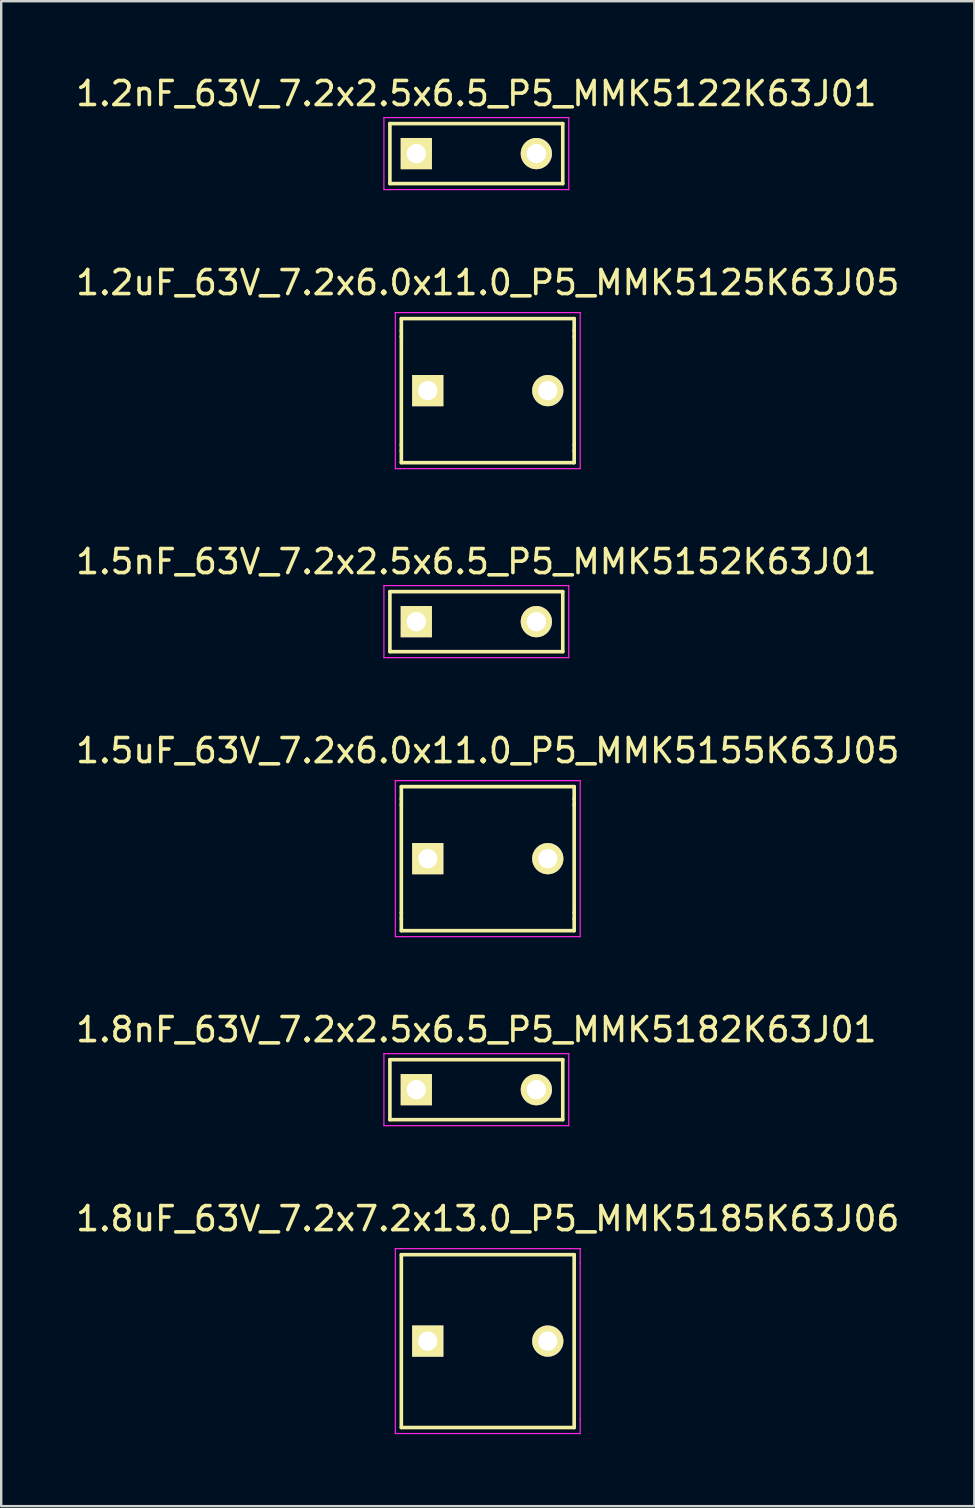
<source format=kicad_pcb>
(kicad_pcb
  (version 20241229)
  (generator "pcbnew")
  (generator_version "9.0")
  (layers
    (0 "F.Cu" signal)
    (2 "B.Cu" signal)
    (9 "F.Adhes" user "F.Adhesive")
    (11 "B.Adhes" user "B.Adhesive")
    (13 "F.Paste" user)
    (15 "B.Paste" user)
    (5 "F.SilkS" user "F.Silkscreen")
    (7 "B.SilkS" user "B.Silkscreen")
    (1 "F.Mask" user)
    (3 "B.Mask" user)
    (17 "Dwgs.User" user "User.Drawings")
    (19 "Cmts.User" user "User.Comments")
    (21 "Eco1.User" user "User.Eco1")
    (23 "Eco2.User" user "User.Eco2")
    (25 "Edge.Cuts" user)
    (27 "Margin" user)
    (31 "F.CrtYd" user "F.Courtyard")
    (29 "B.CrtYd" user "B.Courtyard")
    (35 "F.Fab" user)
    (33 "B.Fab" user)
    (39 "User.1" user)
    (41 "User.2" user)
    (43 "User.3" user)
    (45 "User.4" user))
  (footprint "1.2uF_63V_7.2x6.0x11.0_P5_MMK5125K63J05"
    (layer "F.Cu")
    (at 14.768 13.222)
    (property "Reference" "1.2uF_63V_7.2x6.0x11.0_P5_MMK5125K63J05" (at 2.5 -4.5 0) (layer "F.SilkS") (effects (font (size 1 1) (thickness 0.15))))
    (attr through_hole)
    (fp_line (start -1.1 -3) (end 6.1 -3) (stroke (width 0.15) (type solid)) (layer "F.SilkS"))
    (fp_line (start -1.1 -2.5) (end -1.1 -3) (stroke (width 0.15) (type solid)) (layer "F.SilkS"))
    (fp_line (start -1.1 -2.5) (end -1.1 -2.25) (stroke (width 0.15) (type solid)) (layer "F.SilkS"))
    (fp_line (start -1.1 2.25) (end -1.1 -2.25) (stroke (width 0.15) (type solid)) (layer "F.SilkS"))
    (fp_line (start -1.1 2.25) (end -1.1 2.5) (stroke (width 0.15) (type solid)) (layer "F.SilkS"))
    (fp_line (start -1.1 2.5) (end -1.1 3) (stroke (width 0.15) (type solid)) (layer "F.SilkS"))
    (fp_line (start 6.1 -3) (end 6.1 -2.5) (stroke (width 0.15) (type solid)) (layer "F.SilkS"))
    (fp_line (start 6.1 -2.25) (end 6.1 -2.5) (stroke (width 0.15) (type solid)) (layer "F.SilkS"))
    (fp_line (start 6.1 -2.25) (end 6.1 2.25) (stroke (width 0.15) (type solid)) (layer "F.SilkS"))
    (fp_line (start 6.1 2.25) (end 6.1 2.5) (stroke (width 0.15) (type solid)) (layer "F.SilkS"))
    (fp_line (start 6.1 3) (end -1.1 3) (stroke (width 0.15) (type solid)) (layer "F.SilkS"))
    (fp_line (start 6.1 3) (end 6.1 2.5) (stroke (width 0.15) (type solid)) (layer "F.SilkS"))
    (fp_line (start -1.35 3.25) (end -1.35 -3.25) (stroke (width 0.05) (type solid)) (layer "F.CrtYd"))
    (fp_line (start -1.15 -3.25) (end -1.35 -3.25) (stroke (width 0.05) (type solid)) (layer "F.CrtYd"))
    (fp_line (start -1.15 -3.25) (end 6.35 -3.25) (stroke (width 0.05) (type solid)) (layer "F.CrtYd"))
    (fp_line (start -1.15 3.25) (end -1.35 3.25) (stroke (width 0.05) (type solid)) (layer "F.CrtYd"))
    (fp_line (start 6.35 -3.25) (end 6.35 3.25) (stroke (width 0.05) (type solid)) (layer "F.CrtYd"))
    (fp_line (start 6.35 3.25) (end -1.15 3.25) (stroke (width 0.05) (type solid)) (layer "F.CrtYd"))
    (pad "1" thru_hole rect (at 0 0) (size 1.3 1.3) (drill 0.8) (layers "*.Cu" "*.Mask" "F.SilkS"))
    (pad "2" thru_hole circle (at 5 0) (size 1.3 1.3) (drill 0.8) (layers "*.Cu" "*.Mask" "F.SilkS")))
  (footprint "1.8nF_63V_7.2x2.5x6.5_P5_MMK5182K63J01"
    (layer "F.Cu")
    (at 14.292 42.341)
    (property "Reference" "1.8nF_63V_7.2x2.5x6.5_P5_MMK5182K63J01" (at 2.5 -2.5 0) (layer "F.SilkS") (effects (font (size 1 1) (thickness 0.15))))
    (attr through_hole)
    (fp_line (start -1.1 -1.25) (end 6.1 -1.25) (stroke (width 0.15) (type solid)) (layer "F.SilkS"))
    (fp_line (start -1.1 1.25) (end -1.1 -1.25) (stroke (width 0.15) (type solid)) (layer "F.SilkS"))
    (fp_line (start 6.1 -1.25) (end 6.1 1.25) (stroke (width 0.15) (type solid)) (layer "F.SilkS"))
    (fp_line (start 6.1 1.25) (end -1.1 1.25) (stroke (width 0.15) (type solid)) (layer "F.SilkS"))
    (fp_line (start -1.35 1.5) (end -1.35 -1.5) (stroke (width 0.05) (type solid)) (layer "F.CrtYd"))
    (fp_line (start -1.15 -1.5) (end -1.35 -1.5) (stroke (width 0.05) (type solid)) (layer "F.CrtYd"))
    (fp_line (start -1.15 -1.5) (end 6.35 -1.5) (stroke (width 0.05) (type solid)) (layer "F.CrtYd"))
    (fp_line (start -1.15 1.5) (end -1.35 1.5) (stroke (width 0.05) (type solid)) (layer "F.CrtYd"))
    (fp_line (start 6.35 -1.5) (end 6.35 1.5) (stroke (width 0.05) (type solid)) (layer "F.CrtYd"))
    (fp_line (start 6.35 1.5) (end -1.15 1.5) (stroke (width 0.05) (type solid)) (layer "F.CrtYd"))
    (pad "1" thru_hole rect (at 0 0) (size 1.3 1.3) (drill 0.8) (layers "*.Cu" "*.Mask" "F.SilkS"))
    (pad "2" thru_hole circle (at 5 0) (size 1.3 1.3) (drill 0.8) (layers "*.Cu" "*.Mask" "F.SilkS")))
  (footprint "1.5nF_63V_7.2x2.5x6.5_P5_MMK5152K63J01"
    (layer "F.Cu")
    (at 14.292 22.845)
    (property "Reference" "1.5nF_63V_7.2x2.5x6.5_P5_MMK5152K63J01" (at 2.5 -2.5 0) (layer "F.SilkS") (effects (font (size 1 1) (thickness 0.15))))
    (attr through_hole)
    (fp_line (start -1.1 -1.25) (end 6.1 -1.25) (stroke (width 0.15) (type solid)) (layer "F.SilkS"))
    (fp_line (start -1.1 1.25) (end -1.1 -1.25) (stroke (width 0.15) (type solid)) (layer "F.SilkS"))
    (fp_line (start 6.1 -1.25) (end 6.1 1.25) (stroke (width 0.15) (type solid)) (layer "F.SilkS"))
    (fp_line (start 6.1 1.25) (end -1.1 1.25) (stroke (width 0.15) (type solid)) (layer "F.SilkS"))
    (fp_line (start -1.35 1.5) (end -1.35 -1.5) (stroke (width 0.05) (type solid)) (layer "F.CrtYd"))
    (fp_line (start -1.15 -1.5) (end -1.35 -1.5) (stroke (width 0.05) (type solid)) (layer "F.CrtYd"))
    (fp_line (start -1.15 -1.5) (end 6.35 -1.5) (stroke (width 0.05) (type solid)) (layer "F.CrtYd"))
    (fp_line (start -1.15 1.5) (end -1.35 1.5) (stroke (width 0.05) (type solid)) (layer "F.CrtYd"))
    (fp_line (start 6.35 -1.5) (end 6.35 1.5) (stroke (width 0.05) (type solid)) (layer "F.CrtYd"))
    (fp_line (start 6.35 1.5) (end -1.15 1.5) (stroke (width 0.05) (type solid)) (layer "F.CrtYd"))
    (pad "1" thru_hole rect (at 0 0) (size 1.3 1.3) (drill 0.8) (layers "*.Cu" "*.Mask" "F.SilkS"))
    (pad "2" thru_hole circle (at 5 0) (size 1.3 1.3) (drill 0.8) (layers "*.Cu" "*.Mask" "F.SilkS")))
  (footprint "1.2nF_63V_7.2x2.5x6.5_P5_MMK5122K63J01"
    (layer "F.Cu")
    (at 14.292 3.348)
    (property "Reference" "1.2nF_63V_7.2x2.5x6.5_P5_MMK5122K63J01" (at 2.5 -2.5 0) (layer "F.SilkS") (effects (font (size 1 1) (thickness 0.15))))
    (attr through_hole)
    (fp_line (start -1.1 -1.25) (end 6.1 -1.25) (stroke (width 0.15) (type solid)) (layer "F.SilkS"))
    (fp_line (start -1.1 1.25) (end -1.1 -1.25) (stroke (width 0.15) (type solid)) (layer "F.SilkS"))
    (fp_line (start 6.1 -1.25) (end 6.1 1.25) (stroke (width 0.15) (type solid)) (layer "F.SilkS"))
    (fp_line (start 6.1 1.25) (end -1.1 1.25) (stroke (width 0.15) (type solid)) (layer "F.SilkS"))
    (fp_line (start -1.35 1.5) (end -1.35 -1.5) (stroke (width 0.05) (type solid)) (layer "F.CrtYd"))
    (fp_line (start -1.15 -1.5) (end -1.35 -1.5) (stroke (width 0.05) (type solid)) (layer "F.CrtYd"))
    (fp_line (start -1.15 -1.5) (end 6.35 -1.5) (stroke (width 0.05) (type solid)) (layer "F.CrtYd"))
    (fp_line (start -1.15 1.5) (end -1.35 1.5) (stroke (width 0.05) (type solid)) (layer "F.CrtYd"))
    (fp_line (start 6.35 -1.5) (end 6.35 1.5) (stroke (width 0.05) (type solid)) (layer "F.CrtYd"))
    (fp_line (start 6.35 1.5) (end -1.15 1.5) (stroke (width 0.05) (type solid)) (layer "F.CrtYd"))
    (pad "1" thru_hole rect (at 0 0) (size 1.3 1.3) (drill 0.8) (layers "*.Cu" "*.Mask" "F.SilkS"))
    (pad "2" thru_hole circle (at 5 0) (size 1.3 1.3) (drill 0.8) (layers "*.Cu" "*.Mask" "F.SilkS")))
  (footprint "1.5uF_63V_7.2x6.0x11.0_P5_MMK5155K63J05"
    (layer "F.Cu")
    (at 14.768 32.718)
    (property "Reference" "1.5uF_63V_7.2x6.0x11.0_P5_MMK5155K63J05" (at 2.5 -4.5 0) (layer "F.SilkS") (effects (font (size 1 1) (thickness 0.15))))
    (attr through_hole)
    (fp_line (start -1.1 -3) (end 6.1 -3) (stroke (width 0.15) (type solid)) (layer "F.SilkS"))
    (fp_line (start -1.1 -2.5) (end -1.1 -3) (stroke (width 0.15) (type solid)) (layer "F.SilkS"))
    (fp_line (start -1.1 -2.5) (end -1.1 -2.25) (stroke (width 0.15) (type solid)) (layer "F.SilkS"))
    (fp_line (start -1.1 2.25) (end -1.1 -2.25) (stroke (width 0.15) (type solid)) (layer "F.SilkS"))
    (fp_line (start -1.1 2.25) (end -1.1 2.5) (stroke (width 0.15) (type solid)) (layer "F.SilkS"))
    (fp_line (start -1.1 2.5) (end -1.1 3) (stroke (width 0.15) (type solid)) (layer "F.SilkS"))
    (fp_line (start 6.1 -3) (end 6.1 -2.5) (stroke (width 0.15) (type solid)) (layer "F.SilkS"))
    (fp_line (start 6.1 -2.25) (end 6.1 -2.5) (stroke (width 0.15) (type solid)) (layer "F.SilkS"))
    (fp_line (start 6.1 -2.25) (end 6.1 2.25) (stroke (width 0.15) (type solid)) (layer "F.SilkS"))
    (fp_line (start 6.1 2.25) (end 6.1 2.5) (stroke (width 0.15) (type solid)) (layer "F.SilkS"))
    (fp_line (start 6.1 3) (end -1.1 3) (stroke (width 0.15) (type solid)) (layer "F.SilkS"))
    (fp_line (start 6.1 3) (end 6.1 2.5) (stroke (width 0.15) (type solid)) (layer "F.SilkS"))
    (fp_line (start -1.35 3.25) (end -1.35 -3.25) (stroke (width 0.05) (type solid)) (layer "F.CrtYd"))
    (fp_line (start -1.15 -3.25) (end -1.35 -3.25) (stroke (width 0.05) (type solid)) (layer "F.CrtYd"))
    (fp_line (start -1.15 -3.25) (end 6.35 -3.25) (stroke (width 0.05) (type solid)) (layer "F.CrtYd"))
    (fp_line (start -1.15 3.25) (end -1.35 3.25) (stroke (width 0.05) (type solid)) (layer "F.CrtYd"))
    (fp_line (start 6.35 -3.25) (end 6.35 3.25) (stroke (width 0.05) (type solid)) (layer "F.CrtYd"))
    (fp_line (start 6.35 3.25) (end -1.15 3.25) (stroke (width 0.05) (type solid)) (layer "F.CrtYd"))
    (pad "1" thru_hole rect (at 0 0) (size 1.3 1.3) (drill 0.8) (layers "*.Cu" "*.Mask" "F.SilkS"))
    (pad "2" thru_hole circle (at 5 0) (size 1.3 1.3) (drill 0.8) (layers "*.Cu" "*.Mask" "F.SilkS")))
  (footprint "1.8uF_63V_7.2x7.2x13.0_P5_MMK5185K63J06"
    (layer "F.Cu")
    (at 14.768 52.815)
    (property "Reference" "1.8uF_63V_7.2x7.2x13.0_P5_MMK5185K63J06" (at 2.5 -5.1 0) (layer "F.SilkS") (effects (font (size 1 1) (thickness 0.15))))
    (attr through_hole)
    (fp_line (start -1.1 -3.6) (end -1.1 3.6) (stroke (width 0.15) (type solid)) (layer "F.SilkS"))
    (fp_line (start -1.1 -3.6) (end 6.1 -3.6) (stroke (width 0.15) (type solid)) (layer "F.SilkS"))
    (fp_line (start 6.1 -3.6) (end 6.1 3.6) (stroke (width 0.15) (type solid)) (layer "F.SilkS"))
    (fp_line (start 6.1 3.6) (end -1.1 3.6) (stroke (width 0.15) (type solid)) (layer "F.SilkS"))
    (fp_line (start -1.35 -3.25) (end -1.35 -3.85) (stroke (width 0.05) (type solid)) (layer "F.CrtYd"))
    (fp_line (start -1.35 3.25) (end -1.35 -3.25) (stroke (width 0.05) (type solid)) (layer "F.CrtYd"))
    (fp_line (start -1.35 3.25) (end -1.35 3.85) (stroke (width 0.05) (type solid)) (layer "F.CrtYd"))
    (fp_line (start -1.15 -3.85) (end -1.35 -3.85) (stroke (width 0.05) (type solid)) (layer "F.CrtYd"))
    (fp_line (start -1.15 -3.85) (end 6.35 -3.85) (stroke (width 0.05) (type solid)) (layer "F.CrtYd"))
    (fp_line (start -1.15 3.85) (end -1.35 3.85) (stroke (width 0.05) (type solid)) (layer "F.CrtYd"))
    (fp_line (start 6.35 -3.85) (end 6.35 -3.25) (stroke (width 0.05) (type solid)) (layer "F.CrtYd"))
    (fp_line (start 6.35 -3.25) (end 6.35 3.25) (stroke (width 0.05) (type solid)) (layer "F.CrtYd"))
    (fp_line (start 6.35 3.25) (end 6.35 3.85) (stroke (width 0.05) (type solid)) (layer "F.CrtYd"))
    (fp_line (start 6.35 3.85) (end -1.15 3.85) (stroke (width 0.05) (type solid)) (layer "F.CrtYd"))
    (pad "1" thru_hole rect (at 0 0) (size 1.3 1.3) (drill 0.8) (layers "*.Cu" "*.Mask" "F.SilkS"))
    (pad "2" thru_hole circle (at 5 0) (size 1.3 1.3) (drill 0.8) (layers "*.Cu" "*.Mask" "F.SilkS")))
  (gr_rect
    (start -3 -3)
    (end 37.536 59.69)
    (stroke (width 0.1) (type default))
    (fill no)
    (layer "Edge.Cuts")))
</source>
